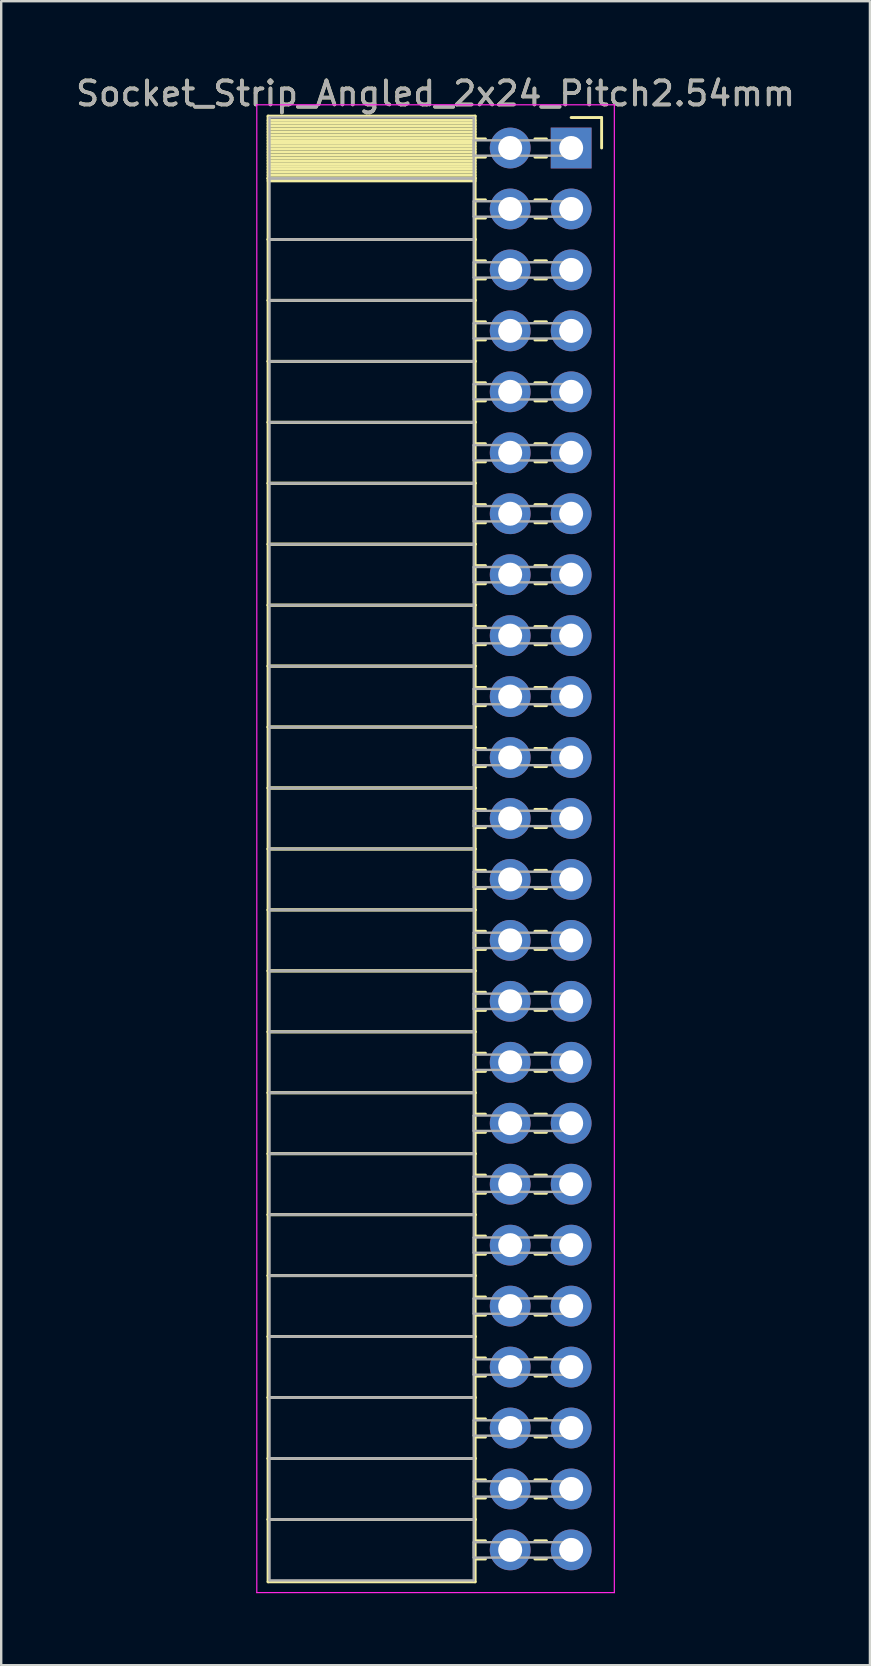
<source format=kicad_pcb>
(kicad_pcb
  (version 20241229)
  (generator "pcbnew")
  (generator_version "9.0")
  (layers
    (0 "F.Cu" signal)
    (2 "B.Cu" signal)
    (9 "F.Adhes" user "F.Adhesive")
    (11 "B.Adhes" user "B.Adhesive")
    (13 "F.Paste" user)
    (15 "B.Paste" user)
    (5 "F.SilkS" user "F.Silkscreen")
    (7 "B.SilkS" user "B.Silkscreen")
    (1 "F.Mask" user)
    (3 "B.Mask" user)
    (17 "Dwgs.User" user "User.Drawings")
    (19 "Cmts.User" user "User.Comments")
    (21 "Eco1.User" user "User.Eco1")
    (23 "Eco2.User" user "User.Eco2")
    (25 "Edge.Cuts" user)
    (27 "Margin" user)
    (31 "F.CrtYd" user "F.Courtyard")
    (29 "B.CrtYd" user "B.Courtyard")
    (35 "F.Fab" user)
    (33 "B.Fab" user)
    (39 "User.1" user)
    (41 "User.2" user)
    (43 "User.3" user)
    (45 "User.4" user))
  (footprint "Socket_Strip_Angled_2x24_Pitch2.54mm"
    (layer "F.Cu")
    (at 20.751 3.118)
    (property "Reference" "Socket_Strip_Angled_2x24_Pitch2.54mm" (at -5.65 -2.27 0) (layer "F.SilkS") (effects (font (size 1 1) (thickness 0.15))))
    (attr through_hole)
    (fp_line (start -12.63 -1.33) (end -4 -1.33) (stroke (width 0.12) (type solid)) (layer "F.SilkS"))
    (fp_line (start -12.63 1.27) (end -12.63 -1.33) (stroke (width 0.12) (type solid)) (layer "F.SilkS"))
    (fp_line (start -12.63 1.27) (end -4 1.27) (stroke (width 0.12) (type solid)) (layer "F.SilkS"))
    (fp_line (start -12.63 3.81) (end -12.63 1.27) (stroke (width 0.12) (type solid)) (layer "F.SilkS"))
    (fp_line (start -12.63 3.81) (end -4 3.81) (stroke (width 0.12) (type solid)) (layer "F.SilkS"))
    (fp_line (start -12.63 6.35) (end -12.63 3.81) (stroke (width 0.12) (type solid)) (layer "F.SilkS"))
    (fp_line (start -12.63 6.35) (end -4 6.35) (stroke (width 0.12) (type solid)) (layer "F.SilkS"))
    (fp_line (start -12.63 8.89) (end -12.63 6.35) (stroke (width 0.12) (type solid)) (layer "F.SilkS"))
    (fp_line (start -12.63 8.89) (end -4 8.89) (stroke (width 0.12) (type solid)) (layer "F.SilkS"))
    (fp_line (start -12.63 11.43) (end -12.63 8.89) (stroke (width 0.12) (type solid)) (layer "F.SilkS"))
    (fp_line (start -12.63 11.43) (end -4 11.43) (stroke (width 0.12) (type solid)) (layer "F.SilkS"))
    (fp_line (start -12.63 13.97) (end -12.63 11.43) (stroke (width 0.12) (type solid)) (layer "F.SilkS"))
    (fp_line (start -12.63 13.97) (end -4 13.97) (stroke (width 0.12) (type solid)) (layer "F.SilkS"))
    (fp_line (start -12.63 16.51) (end -12.63 13.97) (stroke (width 0.12) (type solid)) (layer "F.SilkS"))
    (fp_line (start -12.63 16.51) (end -4 16.51) (stroke (width 0.12) (type solid)) (layer "F.SilkS"))
    (fp_line (start -12.63 19.05) (end -12.63 16.51) (stroke (width 0.12) (type solid)) (layer "F.SilkS"))
    (fp_line (start -12.63 19.05) (end -4 19.05) (stroke (width 0.12) (type solid)) (layer "F.SilkS"))
    (fp_line (start -12.63 21.59) (end -12.63 19.05) (stroke (width 0.12) (type solid)) (layer "F.SilkS"))
    (fp_line (start -12.63 21.59) (end -4 21.59) (stroke (width 0.12) (type solid)) (layer "F.SilkS"))
    (fp_line (start -12.63 24.13) (end -12.63 21.59) (stroke (width 0.12) (type solid)) (layer "F.SilkS"))
    (fp_line (start -12.63 24.13) (end -4 24.13) (stroke (width 0.12) (type solid)) (layer "F.SilkS"))
    (fp_line (start -12.63 26.67) (end -12.63 24.13) (stroke (width 0.12) (type solid)) (layer "F.SilkS"))
    (fp_line (start -12.63 26.67) (end -4 26.67) (stroke (width 0.12) (type solid)) (layer "F.SilkS"))
    (fp_line (start -12.63 29.21) (end -12.63 26.67) (stroke (width 0.12) (type solid)) (layer "F.SilkS"))
    (fp_line (start -12.63 29.21) (end -4 29.21) (stroke (width 0.12) (type solid)) (layer "F.SilkS"))
    (fp_line (start -12.63 31.75) (end -12.63 29.21) (stroke (width 0.12) (type solid)) (layer "F.SilkS"))
    (fp_line (start -12.63 31.75) (end -4 31.75) (stroke (width 0.12) (type solid)) (layer "F.SilkS"))
    (fp_line (start -12.63 34.29) (end -12.63 31.75) (stroke (width 0.12) (type solid)) (layer "F.SilkS"))
    (fp_line (start -12.63 34.29) (end -4 34.29) (stroke (width 0.12) (type solid)) (layer "F.SilkS"))
    (fp_line (start -12.63 36.83) (end -12.63 34.29) (stroke (width 0.12) (type solid)) (layer "F.SilkS"))
    (fp_line (start -12.63 36.83) (end -4 36.83) (stroke (width 0.12) (type solid)) (layer "F.SilkS"))
    (fp_line (start -12.63 39.37) (end -12.63 36.83) (stroke (width 0.12) (type solid)) (layer "F.SilkS"))
    (fp_line (start -12.63 39.37) (end -4 39.37) (stroke (width 0.12) (type solid)) (layer "F.SilkS"))
    (fp_line (start -12.63 41.91) (end -12.63 39.37) (stroke (width 0.12) (type solid)) (layer "F.SilkS"))
    (fp_line (start -12.63 41.91) (end -4 41.91) (stroke (width 0.12) (type solid)) (layer "F.SilkS"))
    (fp_line (start -12.63 44.45) (end -12.63 41.91) (stroke (width 0.12) (type solid)) (layer "F.SilkS"))
    (fp_line (start -12.63 44.45) (end -4 44.45) (stroke (width 0.12) (type solid)) (layer "F.SilkS"))
    (fp_line (start -12.63 46.99) (end -12.63 44.45) (stroke (width 0.12) (type solid)) (layer "F.SilkS"))
    (fp_line (start -12.63 46.99) (end -4 46.99) (stroke (width 0.12) (type solid)) (layer "F.SilkS"))
    (fp_line (start -12.63 49.53) (end -12.63 46.99) (stroke (width 0.12) (type solid)) (layer "F.SilkS"))
    (fp_line (start -12.63 49.53) (end -4 49.53) (stroke (width 0.12) (type solid)) (layer "F.SilkS"))
    (fp_line (start -12.63 52.07) (end -12.63 49.53) (stroke (width 0.12) (type solid)) (layer "F.SilkS"))
    (fp_line (start -12.63 52.07) (end -4 52.07) (stroke (width 0.12) (type solid)) (layer "F.SilkS"))
    (fp_line (start -12.63 54.61) (end -12.63 52.07) (stroke (width 0.12) (type solid)) (layer "F.SilkS"))
    (fp_line (start -12.63 54.61) (end -4 54.61) (stroke (width 0.12) (type solid)) (layer "F.SilkS"))
    (fp_line (start -12.63 57.15) (end -12.63 54.61) (stroke (width 0.12) (type solid)) (layer "F.SilkS"))
    (fp_line (start -12.63 57.15) (end -4 57.15) (stroke (width 0.12) (type solid)) (layer "F.SilkS"))
    (fp_line (start -12.63 59.75) (end -12.63 57.15) (stroke (width 0.12) (type solid)) (layer "F.SilkS"))
    (fp_line (start -4 -1.33) (end -4 1.27) (stroke (width 0.12) (type solid)) (layer "F.SilkS"))
    (fp_line (start -4 -1.15) (end -12.63 -1.15) (stroke (width 0.12) (type solid)) (layer "F.SilkS"))
    (fp_line (start -4 -1.03) (end -12.63 -1.03) (stroke (width 0.12) (type solid)) (layer "F.SilkS"))
    (fp_line (start -4 -0.91) (end -12.63 -0.91) (stroke (width 0.12) (type solid)) (layer "F.SilkS"))
    (fp_line (start -4 -0.79) (end -12.63 -0.79) (stroke (width 0.12) (type solid)) (layer "F.SilkS"))
    (fp_line (start -4 -0.67) (end -12.63 -0.67) (stroke (width 0.12) (type solid)) (layer "F.SilkS"))
    (fp_line (start -4 -0.55) (end -12.63 -0.55) (stroke (width 0.12) (type solid)) (layer "F.SilkS"))
    (fp_line (start -4 -0.43) (end -12.63 -0.43) (stroke (width 0.12) (type solid)) (layer "F.SilkS"))
    (fp_line (start -4 -0.31) (end -12.63 -0.31) (stroke (width 0.12) (type solid)) (layer "F.SilkS"))
    (fp_line (start -4 -0.19) (end -12.63 -0.19) (stroke (width 0.12) (type solid)) (layer "F.SilkS"))
    (fp_line (start -4 -0.07) (end -12.63 -0.07) (stroke (width 0.12) (type solid)) (layer "F.SilkS"))
    (fp_line (start -4 0.05) (end -12.63 0.05) (stroke (width 0.12) (type solid)) (layer "F.SilkS"))
    (fp_line (start -4 0.17) (end -12.63 0.17) (stroke (width 0.12) (type solid)) (layer "F.SilkS"))
    (fp_line (start -4 0.29) (end -12.63 0.29) (stroke (width 0.12) (type solid)) (layer "F.SilkS"))
    (fp_line (start -4 0.41) (end -12.63 0.41) (stroke (width 0.12) (type solid)) (layer "F.SilkS"))
    (fp_line (start -4 0.53) (end -12.63 0.53) (stroke (width 0.12) (type solid)) (layer "F.SilkS"))
    (fp_line (start -4 0.65) (end -12.63 0.65) (stroke (width 0.12) (type solid)) (layer "F.SilkS"))
    (fp_line (start -4 0.77) (end -12.63 0.77) (stroke (width 0.12) (type solid)) (layer "F.SilkS"))
    (fp_line (start -4 0.89) (end -12.63 0.89) (stroke (width 0.12) (type solid)) (layer "F.SilkS"))
    (fp_line (start -4 1.01) (end -12.63 1.01) (stroke (width 0.12) (type solid)) (layer "F.SilkS"))
    (fp_line (start -4 1.13) (end -12.63 1.13) (stroke (width 0.12) (type solid)) (layer "F.SilkS"))
    (fp_line (start -4 1.25) (end -12.63 1.25) (stroke (width 0.12) (type solid)) (layer "F.SilkS"))
    (fp_line (start -4 1.27) (end -12.63 1.27) (stroke (width 0.12) (type solid)) (layer "F.SilkS"))
    (fp_line (start -4 1.27) (end -4 3.81) (stroke (width 0.12) (type solid)) (layer "F.SilkS"))
    (fp_line (start -4 1.37) (end -12.63 1.37) (stroke (width 0.12) (type solid)) (layer "F.SilkS"))
    (fp_line (start -4 3.81) (end -12.63 3.81) (stroke (width 0.12) (type solid)) (layer "F.SilkS"))
    (fp_line (start -4 3.81) (end -4 6.35) (stroke (width 0.12) (type solid)) (layer "F.SilkS"))
    (fp_line (start -4 6.35) (end -12.63 6.35) (stroke (width 0.12) (type solid)) (layer "F.SilkS"))
    (fp_line (start -4 6.35) (end -4 8.89) (stroke (width 0.12) (type solid)) (layer "F.SilkS"))
    (fp_line (start -4 8.89) (end -12.63 8.89) (stroke (width 0.12) (type solid)) (layer "F.SilkS"))
    (fp_line (start -4 8.89) (end -4 11.43) (stroke (width 0.12) (type solid)) (layer "F.SilkS"))
    (fp_line (start -4 11.43) (end -12.63 11.43) (stroke (width 0.12) (type solid)) (layer "F.SilkS"))
    (fp_line (start -4 11.43) (end -4 13.97) (stroke (width 0.12) (type solid)) (layer "F.SilkS"))
    (fp_line (start -4 13.97) (end -12.63 13.97) (stroke (width 0.12) (type solid)) (layer "F.SilkS"))
    (fp_line (start -4 13.97) (end -4 16.51) (stroke (width 0.12) (type solid)) (layer "F.SilkS"))
    (fp_line (start -4 16.51) (end -12.63 16.51) (stroke (width 0.12) (type solid)) (layer "F.SilkS"))
    (fp_line (start -4 16.51) (end -4 19.05) (stroke (width 0.12) (type solid)) (layer "F.SilkS"))
    (fp_line (start -4 19.05) (end -12.63 19.05) (stroke (width 0.12) (type solid)) (layer "F.SilkS"))
    (fp_line (start -4 19.05) (end -4 21.59) (stroke (width 0.12) (type solid)) (layer "F.SilkS"))
    (fp_line (start -4 21.59) (end -12.63 21.59) (stroke (width 0.12) (type solid)) (layer "F.SilkS"))
    (fp_line (start -4 21.59) (end -4 24.13) (stroke (width 0.12) (type solid)) (layer "F.SilkS"))
    (fp_line (start -4 24.13) (end -12.63 24.13) (stroke (width 0.12) (type solid)) (layer "F.SilkS"))
    (fp_line (start -4 24.13) (end -4 26.67) (stroke (width 0.12) (type solid)) (layer "F.SilkS"))
    (fp_line (start -4 26.67) (end -12.63 26.67) (stroke (width 0.12) (type solid)) (layer "F.SilkS"))
    (fp_line (start -4 26.67) (end -4 29.21) (stroke (width 0.12) (type solid)) (layer "F.SilkS"))
    (fp_line (start -4 29.21) (end -12.63 29.21) (stroke (width 0.12) (type solid)) (layer "F.SilkS"))
    (fp_line (start -4 29.21) (end -4 31.75) (stroke (width 0.12) (type solid)) (layer "F.SilkS"))
    (fp_line (start -4 31.75) (end -12.63 31.75) (stroke (width 0.12) (type solid)) (layer "F.SilkS"))
    (fp_line (start -4 31.75) (end -4 34.29) (stroke (width 0.12) (type solid)) (layer "F.SilkS"))
    (fp_line (start -4 34.29) (end -12.63 34.29) (stroke (width 0.12) (type solid)) (layer "F.SilkS"))
    (fp_line (start -4 34.29) (end -4 36.83) (stroke (width 0.12) (type solid)) (layer "F.SilkS"))
    (fp_line (start -4 36.83) (end -12.63 36.83) (stroke (width 0.12) (type solid)) (layer "F.SilkS"))
    (fp_line (start -4 36.83) (end -4 39.37) (stroke (width 0.12) (type solid)) (layer "F.SilkS"))
    (fp_line (start -4 39.37) (end -12.63 39.37) (stroke (width 0.12) (type solid)) (layer "F.SilkS"))
    (fp_line (start -4 39.37) (end -4 41.91) (stroke (width 0.12) (type solid)) (layer "F.SilkS"))
    (fp_line (start -4 41.91) (end -12.63 41.91) (stroke (width 0.12) (type solid)) (layer "F.SilkS"))
    (fp_line (start -4 41.91) (end -4 44.45) (stroke (width 0.12) (type solid)) (layer "F.SilkS"))
    (fp_line (start -4 44.45) (end -12.63 44.45) (stroke (width 0.12) (type solid)) (layer "F.SilkS"))
    (fp_line (start -4 44.45) (end -4 46.99) (stroke (width 0.12) (type solid)) (layer "F.SilkS"))
    (fp_line (start -4 46.99) (end -12.63 46.99) (stroke (width 0.12) (type solid)) (layer "F.SilkS"))
    (fp_line (start -4 46.99) (end -4 49.53) (stroke (width 0.12) (type solid)) (layer "F.SilkS"))
    (fp_line (start -4 49.53) (end -12.63 49.53) (stroke (width 0.12) (type solid)) (layer "F.SilkS"))
    (fp_line (start -4 49.53) (end -4 52.07) (stroke (width 0.12) (type solid)) (layer "F.SilkS"))
    (fp_line (start -4 52.07) (end -12.63 52.07) (stroke (width 0.12) (type solid)) (layer "F.SilkS"))
    (fp_line (start -4 52.07) (end -4 54.61) (stroke (width 0.12) (type solid)) (layer "F.SilkS"))
    (fp_line (start -4 54.61) (end -12.63 54.61) (stroke (width 0.12) (type solid)) (layer "F.SilkS"))
    (fp_line (start -4 54.61) (end -4 57.15) (stroke (width 0.12) (type solid)) (layer "F.SilkS"))
    (fp_line (start -4 57.15) (end -12.63 57.15) (stroke (width 0.12) (type solid)) (layer "F.SilkS"))
    (fp_line (start -4 57.15) (end -4 59.75) (stroke (width 0.12) (type solid)) (layer "F.SilkS"))
    (fp_line (start -4 59.75) (end -12.63 59.75) (stroke (width 0.12) (type solid)) (layer "F.SilkS"))
    (fp_line (start -3.57 -0.38) (end -4 -0.38) (stroke (width 0.12) (type solid)) (layer "F.SilkS"))
    (fp_line (start -3.57 0.38) (end -4 0.38) (stroke (width 0.12) (type solid)) (layer "F.SilkS"))
    (fp_line (start -3.57 2.16) (end -4 2.16) (stroke (width 0.12) (type solid)) (layer "F.SilkS"))
    (fp_line (start -3.57 2.92) (end -4 2.92) (stroke (width 0.12) (type solid)) (layer "F.SilkS"))
    (fp_line (start -3.57 4.7) (end -4 4.7) (stroke (width 0.12) (type solid)) (layer "F.SilkS"))
    (fp_line (start -3.57 5.46) (end -4 5.46) (stroke (width 0.12) (type solid)) (layer "F.SilkS"))
    (fp_line (start -3.57 7.24) (end -4 7.24) (stroke (width 0.12) (type solid)) (layer "F.SilkS"))
    (fp_line (start -3.57 8) (end -4 8) (stroke (width 0.12) (type solid)) (layer "F.SilkS"))
    (fp_line (start -3.57 9.78) (end -4 9.78) (stroke (width 0.12) (type solid)) (layer "F.SilkS"))
    (fp_line (start -3.57 10.54) (end -4 10.54) (stroke (width 0.12) (type solid)) (layer "F.SilkS"))
    (fp_line (start -3.57 12.32) (end -4 12.32) (stroke (width 0.12) (type solid)) (layer "F.SilkS"))
    (fp_line (start -3.57 13.08) (end -4 13.08) (stroke (width 0.12) (type solid)) (layer "F.SilkS"))
    (fp_line (start -3.57 14.86) (end -4 14.86) (stroke (width 0.12) (type solid)) (layer "F.SilkS"))
    (fp_line (start -3.57 15.62) (end -4 15.62) (stroke (width 0.12) (type solid)) (layer "F.SilkS"))
    (fp_line (start -3.57 17.4) (end -4 17.4) (stroke (width 0.12) (type solid)) (layer "F.SilkS"))
    (fp_line (start -3.57 18.16) (end -4 18.16) (stroke (width 0.12) (type solid)) (layer "F.SilkS"))
    (fp_line (start -3.57 19.94) (end -4 19.94) (stroke (width 0.12) (type solid)) (layer "F.SilkS"))
    (fp_line (start -3.57 20.7) (end -4 20.7) (stroke (width 0.12) (type solid)) (layer "F.SilkS"))
    (fp_line (start -3.57 22.48) (end -4 22.48) (stroke (width 0.12) (type solid)) (layer "F.SilkS"))
    (fp_line (start -3.57 23.24) (end -4 23.24) (stroke (width 0.12) (type solid)) (layer "F.SilkS"))
    (fp_line (start -3.57 25.02) (end -4 25.02) (stroke (width 0.12) (type solid)) (layer "F.SilkS"))
    (fp_line (start -3.57 25.78) (end -4 25.78) (stroke (width 0.12) (type solid)) (layer "F.SilkS"))
    (fp_line (start -3.57 27.56) (end -4 27.56) (stroke (width 0.12) (type solid)) (layer "F.SilkS"))
    (fp_line (start -3.57 28.32) (end -4 28.32) (stroke (width 0.12) (type solid)) (layer "F.SilkS"))
    (fp_line (start -3.57 30.1) (end -4 30.1) (stroke (width 0.12) (type solid)) (layer "F.SilkS"))
    (fp_line (start -3.57 30.86) (end -4 30.86) (stroke (width 0.12) (type solid)) (layer "F.SilkS"))
    (fp_line (start -3.57 32.64) (end -4 32.64) (stroke (width 0.12) (type solid)) (layer "F.SilkS"))
    (fp_line (start -3.57 33.4) (end -4 33.4) (stroke (width 0.12) (type solid)) (layer "F.SilkS"))
    (fp_line (start -3.57 35.18) (end -4 35.18) (stroke (width 0.12) (type solid)) (layer "F.SilkS"))
    (fp_line (start -3.57 35.94) (end -4 35.94) (stroke (width 0.12) (type solid)) (layer "F.SilkS"))
    (fp_line (start -3.57 37.72) (end -4 37.72) (stroke (width 0.12) (type solid)) (layer "F.SilkS"))
    (fp_line (start -3.57 38.48) (end -4 38.48) (stroke (width 0.12) (type solid)) (layer "F.SilkS"))
    (fp_line (start -3.57 40.26) (end -4 40.26) (stroke (width 0.12) (type solid)) (layer "F.SilkS"))
    (fp_line (start -3.57 41.02) (end -4 41.02) (stroke (width 0.12) (type solid)) (layer "F.SilkS"))
    (fp_line (start -3.57 42.8) (end -4 42.8) (stroke (width 0.12) (type solid)) (layer "F.SilkS"))
    (fp_line (start -3.57 43.56) (end -4 43.56) (stroke (width 0.12) (type solid)) (layer "F.SilkS"))
    (fp_line (start -3.57 45.34) (end -4 45.34) (stroke (width 0.12) (type solid)) (layer "F.SilkS"))
    (fp_line (start -3.57 46.1) (end -4 46.1) (stroke (width 0.12) (type solid)) (layer "F.SilkS"))
    (fp_line (start -3.57 47.88) (end -4 47.88) (stroke (width 0.12) (type solid)) (layer "F.SilkS"))
    (fp_line (start -3.57 48.64) (end -4 48.64) (stroke (width 0.12) (type solid)) (layer "F.SilkS"))
    (fp_line (start -3.57 50.42) (end -4 50.42) (stroke (width 0.12) (type solid)) (layer "F.SilkS"))
    (fp_line (start -3.57 51.18) (end -4 51.18) (stroke (width 0.12) (type solid)) (layer "F.SilkS"))
    (fp_line (start -3.57 52.96) (end -4 52.96) (stroke (width 0.12) (type solid)) (layer "F.SilkS"))
    (fp_line (start -3.57 53.72) (end -4 53.72) (stroke (width 0.12) (type solid)) (layer "F.SilkS"))
    (fp_line (start -3.57 55.5) (end -4 55.5) (stroke (width 0.12) (type solid)) (layer "F.SilkS"))
    (fp_line (start -3.57 56.26) (end -4 56.26) (stroke (width 0.12) (type solid)) (layer "F.SilkS"))
    (fp_line (start -3.57 58.04) (end -4 58.04) (stroke (width 0.12) (type solid)) (layer "F.SilkS"))
    (fp_line (start -3.57 58.8) (end -4 58.8) (stroke (width 0.12) (type solid)) (layer "F.SilkS"))
    (fp_line (start -1.03 -0.38) (end -1.51 -0.38) (stroke (width 0.12) (type solid)) (layer "F.SilkS"))
    (fp_line (start -1.03 0.38) (end -1.51 0.38) (stroke (width 0.12) (type solid)) (layer "F.SilkS"))
    (fp_line (start -1.03 2.16) (end -1.51 2.16) (stroke (width 0.12) (type solid)) (layer "F.SilkS"))
    (fp_line (start -1.03 2.92) (end -1.51 2.92) (stroke (width 0.12) (type solid)) (layer "F.SilkS"))
    (fp_line (start -1.03 4.7) (end -1.51 4.7) (stroke (width 0.12) (type solid)) (layer "F.SilkS"))
    (fp_line (start -1.03 5.46) (end -1.51 5.46) (stroke (width 0.12) (type solid)) (layer "F.SilkS"))
    (fp_line (start -1.03 7.24) (end -1.51 7.24) (stroke (width 0.12) (type solid)) (layer "F.SilkS"))
    (fp_line (start -1.03 8) (end -1.51 8) (stroke (width 0.12) (type solid)) (layer "F.SilkS"))
    (fp_line (start -1.03 9.78) (end -1.51 9.78) (stroke (width 0.12) (type solid)) (layer "F.SilkS"))
    (fp_line (start -1.03 10.54) (end -1.51 10.54) (stroke (width 0.12) (type solid)) (layer "F.SilkS"))
    (fp_line (start -1.03 12.32) (end -1.51 12.32) (stroke (width 0.12) (type solid)) (layer "F.SilkS"))
    (fp_line (start -1.03 13.08) (end -1.51 13.08) (stroke (width 0.12) (type solid)) (layer "F.SilkS"))
    (fp_line (start -1.03 14.86) (end -1.51 14.86) (stroke (width 0.12) (type solid)) (layer "F.SilkS"))
    (fp_line (start -1.03 15.62) (end -1.51 15.62) (stroke (width 0.12) (type solid)) (layer "F.SilkS"))
    (fp_line (start -1.03 17.4) (end -1.51 17.4) (stroke (width 0.12) (type solid)) (layer "F.SilkS"))
    (fp_line (start -1.03 18.16) (end -1.51 18.16) (stroke (width 0.12) (type solid)) (layer "F.SilkS"))
    (fp_line (start -1.03 19.94) (end -1.51 19.94) (stroke (width 0.12) (type solid)) (layer "F.SilkS"))
    (fp_line (start -1.03 20.7) (end -1.51 20.7) (stroke (width 0.12) (type solid)) (layer "F.SilkS"))
    (fp_line (start -1.03 22.48) (end -1.51 22.48) (stroke (width 0.12) (type solid)) (layer "F.SilkS"))
    (fp_line (start -1.03 23.24) (end -1.51 23.24) (stroke (width 0.12) (type solid)) (layer "F.SilkS"))
    (fp_line (start -1.03 25.02) (end -1.51 25.02) (stroke (width 0.12) (type solid)) (layer "F.SilkS"))
    (fp_line (start -1.03 25.78) (end -1.51 25.78) (stroke (width 0.12) (type solid)) (layer "F.SilkS"))
    (fp_line (start -1.03 27.56) (end -1.51 27.56) (stroke (width 0.12) (type solid)) (layer "F.SilkS"))
    (fp_line (start -1.03 28.32) (end -1.51 28.32) (stroke (width 0.12) (type solid)) (layer "F.SilkS"))
    (fp_line (start -1.03 30.1) (end -1.51 30.1) (stroke (width 0.12) (type solid)) (layer "F.SilkS"))
    (fp_line (start -1.03 30.86) (end -1.51 30.86) (stroke (width 0.12) (type solid)) (layer "F.SilkS"))
    (fp_line (start -1.03 32.64) (end -1.51 32.64) (stroke (width 0.12) (type solid)) (layer "F.SilkS"))
    (fp_line (start -1.03 33.4) (end -1.51 33.4) (stroke (width 0.12) (type solid)) (layer "F.SilkS"))
    (fp_line (start -1.03 35.18) (end -1.51 35.18) (stroke (width 0.12) (type solid)) (layer "F.SilkS"))
    (fp_line (start -1.03 35.94) (end -1.51 35.94) (stroke (width 0.12) (type solid)) (layer "F.SilkS"))
    (fp_line (start -1.03 37.72) (end -1.51 37.72) (stroke (width 0.12) (type solid)) (layer "F.SilkS"))
    (fp_line (start -1.03 38.48) (end -1.51 38.48) (stroke (width 0.12) (type solid)) (layer "F.SilkS"))
    (fp_line (start -1.03 40.26) (end -1.51 40.26) (stroke (width 0.12) (type solid)) (layer "F.SilkS"))
    (fp_line (start -1.03 41.02) (end -1.51 41.02) (stroke (width 0.12) (type solid)) (layer "F.SilkS"))
    (fp_line (start -1.03 42.8) (end -1.51 42.8) (stroke (width 0.12) (type solid)) (layer "F.SilkS"))
    (fp_line (start -1.03 43.56) (end -1.51 43.56) (stroke (width 0.12) (type solid)) (layer "F.SilkS"))
    (fp_line (start -1.03 45.34) (end -1.51 45.34) (stroke (width 0.12) (type solid)) (layer "F.SilkS"))
    (fp_line (start -1.03 46.1) (end -1.51 46.1) (stroke (width 0.12) (type solid)) (layer "F.SilkS"))
    (fp_line (start -1.03 47.88) (end -1.51 47.88) (stroke (width 0.12) (type solid)) (layer "F.SilkS"))
    (fp_line (start -1.03 48.64) (end -1.51 48.64) (stroke (width 0.12) (type solid)) (layer "F.SilkS"))
    (fp_line (start -1.03 50.42) (end -1.51 50.42) (stroke (width 0.12) (type solid)) (layer "F.SilkS"))
    (fp_line (start -1.03 51.18) (end -1.51 51.18) (stroke (width 0.12) (type solid)) (layer "F.SilkS"))
    (fp_line (start -1.03 52.96) (end -1.51 52.96) (stroke (width 0.12) (type solid)) (layer "F.SilkS"))
    (fp_line (start -1.03 53.72) (end -1.51 53.72) (stroke (width 0.12) (type solid)) (layer "F.SilkS"))
    (fp_line (start -1.03 55.5) (end -1.51 55.5) (stroke (width 0.12) (type solid)) (layer "F.SilkS"))
    (fp_line (start -1.03 56.26) (end -1.51 56.26) (stroke (width 0.12) (type solid)) (layer "F.SilkS"))
    (fp_line (start -1.03 58.04) (end -1.51 58.04) (stroke (width 0.12) (type solid)) (layer "F.SilkS"))
    (fp_line (start -1.03 58.8) (end -1.51 58.8) (stroke (width 0.12) (type solid)) (layer "F.SilkS"))
    (fp_line (start 0 -1.27) (end 1.27 -1.27) (stroke (width 0.12) (type solid)) (layer "F.SilkS"))
    (fp_line (start 1.27 -1.27) (end 1.27 0) (stroke (width 0.12) (type solid)) (layer "F.SilkS"))
    (fp_line (start -13.1 -1.8) (end 1.8 -1.8) (stroke (width 0.05) (type solid)) (layer "F.CrtYd"))
    (fp_line (start -13.1 60.2) (end -13.1 -1.8) (stroke (width 0.05) (type solid)) (layer "F.CrtYd"))
    (fp_line (start 1.8 -1.8) (end 1.8 60.2) (stroke (width 0.05) (type solid)) (layer "F.CrtYd"))
    (fp_line (start 1.8 60.2) (end -13.1 60.2) (stroke (width 0.05) (type solid)) (layer "F.CrtYd"))
    (fp_line (start -12.57 -1.27) (end -4.06 -1.27) (stroke (width 0.1) (type solid)) (layer "F.Fab"))
    (fp_line (start -12.57 1.27) (end -12.57 -1.27) (stroke (width 0.1) (type solid)) (layer "F.Fab"))
    (fp_line (start -12.57 1.27) (end -4.06 1.27) (stroke (width 0.1) (type solid)) (layer "F.Fab"))
    (fp_line (start -12.57 3.81) (end -12.57 1.27) (stroke (width 0.1) (type solid)) (layer "F.Fab"))
    (fp_line (start -12.57 3.81) (end -4.06 3.81) (stroke (width 0.1) (type solid)) (layer "F.Fab"))
    (fp_line (start -12.57 6.35) (end -12.57 3.81) (stroke (width 0.1) (type solid)) (layer "F.Fab"))
    (fp_line (start -12.57 6.35) (end -4.06 6.35) (stroke (width 0.1) (type solid)) (layer "F.Fab"))
    (fp_line (start -12.57 8.89) (end -12.57 6.35) (stroke (width 0.1) (type solid)) (layer "F.Fab"))
    (fp_line (start -12.57 8.89) (end -4.06 8.89) (stroke (width 0.1) (type solid)) (layer "F.Fab"))
    (fp_line (start -12.57 11.43) (end -12.57 8.89) (stroke (width 0.1) (type solid)) (layer "F.Fab"))
    (fp_line (start -12.57 11.43) (end -4.06 11.43) (stroke (width 0.1) (type solid)) (layer "F.Fab"))
    (fp_line (start -12.57 13.97) (end -12.57 11.43) (stroke (width 0.1) (type solid)) (layer "F.Fab"))
    (fp_line (start -12.57 13.97) (end -4.06 13.97) (stroke (width 0.1) (type solid)) (layer "F.Fab"))
    (fp_line (start -12.57 16.51) (end -12.57 13.97) (stroke (width 0.1) (type solid)) (layer "F.Fab"))
    (fp_line (start -12.57 16.51) (end -4.06 16.51) (stroke (width 0.1) (type solid)) (layer "F.Fab"))
    (fp_line (start -12.57 19.05) (end -12.57 16.51) (stroke (width 0.1) (type solid)) (layer "F.Fab"))
    (fp_line (start -12.57 19.05) (end -4.06 19.05) (stroke (width 0.1) (type solid)) (layer "F.Fab"))
    (fp_line (start -12.57 21.59) (end -12.57 19.05) (stroke (width 0.1) (type solid)) (layer "F.Fab"))
    (fp_line (start -12.57 21.59) (end -4.06 21.59) (stroke (width 0.1) (type solid)) (layer "F.Fab"))
    (fp_line (start -12.57 24.13) (end -12.57 21.59) (stroke (width 0.1) (type solid)) (layer "F.Fab"))
    (fp_line (start -12.57 24.13) (end -4.06 24.13) (stroke (width 0.1) (type solid)) (layer "F.Fab"))
    (fp_line (start -12.57 26.67) (end -12.57 24.13) (stroke (width 0.1) (type solid)) (layer "F.Fab"))
    (fp_line (start -12.57 26.67) (end -4.06 26.67) (stroke (width 0.1) (type solid)) (layer "F.Fab"))
    (fp_line (start -12.57 29.21) (end -12.57 26.67) (stroke (width 0.1) (type solid)) (layer "F.Fab"))
    (fp_line (start -12.57 29.21) (end -4.06 29.21) (stroke (width 0.1) (type solid)) (layer "F.Fab"))
    (fp_line (start -12.57 31.75) (end -12.57 29.21) (stroke (width 0.1) (type solid)) (layer "F.Fab"))
    (fp_line (start -12.57 31.75) (end -4.06 31.75) (stroke (width 0.1) (type solid)) (layer "F.Fab"))
    (fp_line (start -12.57 34.29) (end -12.57 31.75) (stroke (width 0.1) (type solid)) (layer "F.Fab"))
    (fp_line (start -12.57 34.29) (end -4.06 34.29) (stroke (width 0.1) (type solid)) (layer "F.Fab"))
    (fp_line (start -12.57 36.83) (end -12.57 34.29) (stroke (width 0.1) (type solid)) (layer "F.Fab"))
    (fp_line (start -12.57 36.83) (end -4.06 36.83) (stroke (width 0.1) (type solid)) (layer "F.Fab"))
    (fp_line (start -12.57 39.37) (end -12.57 36.83) (stroke (width 0.1) (type solid)) (layer "F.Fab"))
    (fp_line (start -12.57 39.37) (end -4.06 39.37) (stroke (width 0.1) (type solid)) (layer "F.Fab"))
    (fp_line (start -12.57 41.91) (end -12.57 39.37) (stroke (width 0.1) (type solid)) (layer "F.Fab"))
    (fp_line (start -12.57 41.91) (end -4.06 41.91) (stroke (width 0.1) (type solid)) (layer "F.Fab"))
    (fp_line (start -12.57 44.45) (end -12.57 41.91) (stroke (width 0.1) (type solid)) (layer "F.Fab"))
    (fp_line (start -12.57 44.45) (end -4.06 44.45) (stroke (width 0.1) (type solid)) (layer "F.Fab"))
    (fp_line (start -12.57 46.99) (end -12.57 44.45) (stroke (width 0.1) (type solid)) (layer "F.Fab"))
    (fp_line (start -12.57 46.99) (end -4.06 46.99) (stroke (width 0.1) (type solid)) (layer "F.Fab"))
    (fp_line (start -12.57 49.53) (end -12.57 46.99) (stroke (width 0.1) (type solid)) (layer "F.Fab"))
    (fp_line (start -12.57 49.53) (end -4.06 49.53) (stroke (width 0.1) (type solid)) (layer "F.Fab"))
    (fp_line (start -12.57 52.07) (end -12.57 49.53) (stroke (width 0.1) (type solid)) (layer "F.Fab"))
    (fp_line (start -12.57 52.07) (end -4.06 52.07) (stroke (width 0.1) (type solid)) (layer "F.Fab"))
    (fp_line (start -12.57 54.61) (end -12.57 52.07) (stroke (width 0.1) (type solid)) (layer "F.Fab"))
    (fp_line (start -12.57 54.61) (end -4.06 54.61) (stroke (width 0.1) (type solid)) (layer "F.Fab"))
    (fp_line (start -12.57 57.15) (end -12.57 54.61) (stroke (width 0.1) (type solid)) (layer "F.Fab"))
    (fp_line (start -12.57 57.15) (end -4.06 57.15) (stroke (width 0.1) (type solid)) (layer "F.Fab"))
    (fp_line (start -12.57 59.69) (end -12.57 57.15) (stroke (width 0.1) (type solid)) (layer "F.Fab"))
    (fp_line (start -4.06 -1.27) (end -4.06 1.27) (stroke (width 0.1) (type solid)) (layer "F.Fab"))
    (fp_line (start -4.06 -0.32) (end 0 -0.32) (stroke (width 0.1) (type solid)) (layer "F.Fab"))
    (fp_line (start -4.06 0.32) (end -4.06 -0.32) (stroke (width 0.1) (type solid)) (layer "F.Fab"))
    (fp_line (start -4.06 1.27) (end -12.57 1.27) (stroke (width 0.1) (type solid)) (layer "F.Fab"))
    (fp_line (start -4.06 1.27) (end -4.06 3.81) (stroke (width 0.1) (type solid)) (layer "F.Fab"))
    (fp_line (start -4.06 2.22) (end 0 2.22) (stroke (width 0.1) (type solid)) (layer "F.Fab"))
    (fp_line (start -4.06 2.86) (end -4.06 2.22) (stroke (width 0.1) (type solid)) (layer "F.Fab"))
    (fp_line (start -4.06 3.81) (end -12.57 3.81) (stroke (width 0.1) (type solid)) (layer "F.Fab"))
    (fp_line (start -4.06 3.81) (end -4.06 6.35) (stroke (width 0.1) (type solid)) (layer "F.Fab"))
    (fp_line (start -4.06 4.76) (end 0 4.76) (stroke (width 0.1) (type solid)) (layer "F.Fab"))
    (fp_line (start -4.06 5.4) (end -4.06 4.76) (stroke (width 0.1) (type solid)) (layer "F.Fab"))
    (fp_line (start -4.06 6.35) (end -12.57 6.35) (stroke (width 0.1) (type solid)) (layer "F.Fab"))
    (fp_line (start -4.06 6.35) (end -4.06 8.89) (stroke (width 0.1) (type solid)) (layer "F.Fab"))
    (fp_line (start -4.06 7.3) (end 0 7.3) (stroke (width 0.1) (type solid)) (layer "F.Fab"))
    (fp_line (start -4.06 7.94) (end -4.06 7.3) (stroke (width 0.1) (type solid)) (layer "F.Fab"))
    (fp_line (start -4.06 8.89) (end -12.57 8.89) (stroke (width 0.1) (type solid)) (layer "F.Fab"))
    (fp_line (start -4.06 8.89) (end -4.06 11.43) (stroke (width 0.1) (type solid)) (layer "F.Fab"))
    (fp_line (start -4.06 9.84) (end 0 9.84) (stroke (width 0.1) (type solid)) (layer "F.Fab"))
    (fp_line (start -4.06 10.48) (end -4.06 9.84) (stroke (width 0.1) (type solid)) (layer "F.Fab"))
    (fp_line (start -4.06 11.43) (end -12.57 11.43) (stroke (width 0.1) (type solid)) (layer "F.Fab"))
    (fp_line (start -4.06 11.43) (end -4.06 13.97) (stroke (width 0.1) (type solid)) (layer "F.Fab"))
    (fp_line (start -4.06 12.38) (end 0 12.38) (stroke (width 0.1) (type solid)) (layer "F.Fab"))
    (fp_line (start -4.06 13.02) (end -4.06 12.38) (stroke (width 0.1) (type solid)) (layer "F.Fab"))
    (fp_line (start -4.06 13.97) (end -12.57 13.97) (stroke (width 0.1) (type solid)) (layer "F.Fab"))
    (fp_line (start -4.06 13.97) (end -4.06 16.51) (stroke (width 0.1) (type solid)) (layer "F.Fab"))
    (fp_line (start -4.06 14.92) (end 0 14.92) (stroke (width 0.1) (type solid)) (layer "F.Fab"))
    (fp_line (start -4.06 15.56) (end -4.06 14.92) (stroke (width 0.1) (type solid)) (layer "F.Fab"))
    (fp_line (start -4.06 16.51) (end -12.57 16.51) (stroke (width 0.1) (type solid)) (layer "F.Fab"))
    (fp_line (start -4.06 16.51) (end -4.06 19.05) (stroke (width 0.1) (type solid)) (layer "F.Fab"))
    (fp_line (start -4.06 17.46) (end 0 17.46) (stroke (width 0.1) (type solid)) (layer "F.Fab"))
    (fp_line (start -4.06 18.1) (end -4.06 17.46) (stroke (width 0.1) (type solid)) (layer "F.Fab"))
    (fp_line (start -4.06 19.05) (end -12.57 19.05) (stroke (width 0.1) (type solid)) (layer "F.Fab"))
    (fp_line (start -4.06 19.05) (end -4.06 21.59) (stroke (width 0.1) (type solid)) (layer "F.Fab"))
    (fp_line (start -4.06 20) (end 0 20) (stroke (width 0.1) (type solid)) (layer "F.Fab"))
    (fp_line (start -4.06 20.64) (end -4.06 20) (stroke (width 0.1) (type solid)) (layer "F.Fab"))
    (fp_line (start -4.06 21.59) (end -12.57 21.59) (stroke (width 0.1) (type solid)) (layer "F.Fab"))
    (fp_line (start -4.06 21.59) (end -4.06 24.13) (stroke (width 0.1) (type solid)) (layer "F.Fab"))
    (fp_line (start -4.06 22.54) (end 0 22.54) (stroke (width 0.1) (type solid)) (layer "F.Fab"))
    (fp_line (start -4.06 23.18) (end -4.06 22.54) (stroke (width 0.1) (type solid)) (layer "F.Fab"))
    (fp_line (start -4.06 24.13) (end -12.57 24.13) (stroke (width 0.1) (type solid)) (layer "F.Fab"))
    (fp_line (start -4.06 24.13) (end -4.06 26.67) (stroke (width 0.1) (type solid)) (layer "F.Fab"))
    (fp_line (start -4.06 25.08) (end 0 25.08) (stroke (width 0.1) (type solid)) (layer "F.Fab"))
    (fp_line (start -4.06 25.72) (end -4.06 25.08) (stroke (width 0.1) (type solid)) (layer "F.Fab"))
    (fp_line (start -4.06 26.67) (end -12.57 26.67) (stroke (width 0.1) (type solid)) (layer "F.Fab"))
    (fp_line (start -4.06 26.67) (end -4.06 29.21) (stroke (width 0.1) (type solid)) (layer "F.Fab"))
    (fp_line (start -4.06 27.62) (end 0 27.62) (stroke (width 0.1) (type solid)) (layer "F.Fab"))
    (fp_line (start -4.06 28.26) (end -4.06 27.62) (stroke (width 0.1) (type solid)) (layer "F.Fab"))
    (fp_line (start -4.06 29.21) (end -12.57 29.21) (stroke (width 0.1) (type solid)) (layer "F.Fab"))
    (fp_line (start -4.06 29.21) (end -4.06 31.75) (stroke (width 0.1) (type solid)) (layer "F.Fab"))
    (fp_line (start -4.06 30.16) (end 0 30.16) (stroke (width 0.1) (type solid)) (layer "F.Fab"))
    (fp_line (start -4.06 30.8) (end -4.06 30.16) (stroke (width 0.1) (type solid)) (layer "F.Fab"))
    (fp_line (start -4.06 31.75) (end -12.57 31.75) (stroke (width 0.1) (type solid)) (layer "F.Fab"))
    (fp_line (start -4.06 31.75) (end -4.06 34.29) (stroke (width 0.1) (type solid)) (layer "F.Fab"))
    (fp_line (start -4.06 32.7) (end 0 32.7) (stroke (width 0.1) (type solid)) (layer "F.Fab"))
    (fp_line (start -4.06 33.34) (end -4.06 32.7) (stroke (width 0.1) (type solid)) (layer "F.Fab"))
    (fp_line (start -4.06 34.29) (end -12.57 34.29) (stroke (width 0.1) (type solid)) (layer "F.Fab"))
    (fp_line (start -4.06 34.29) (end -4.06 36.83) (stroke (width 0.1) (type solid)) (layer "F.Fab"))
    (fp_line (start -4.06 35.24) (end 0 35.24) (stroke (width 0.1) (type solid)) (layer "F.Fab"))
    (fp_line (start -4.06 35.88) (end -4.06 35.24) (stroke (width 0.1) (type solid)) (layer "F.Fab"))
    (fp_line (start -4.06 36.83) (end -12.57 36.83) (stroke (width 0.1) (type solid)) (layer "F.Fab"))
    (fp_line (start -4.06 36.83) (end -4.06 39.37) (stroke (width 0.1) (type solid)) (layer "F.Fab"))
    (fp_line (start -4.06 37.78) (end 0 37.78) (stroke (width 0.1) (type solid)) (layer "F.Fab"))
    (fp_line (start -4.06 38.42) (end -4.06 37.78) (stroke (width 0.1) (type solid)) (layer "F.Fab"))
    (fp_line (start -4.06 39.37) (end -12.57 39.37) (stroke (width 0.1) (type solid)) (layer "F.Fab"))
    (fp_line (start -4.06 39.37) (end -4.06 41.91) (stroke (width 0.1) (type solid)) (layer "F.Fab"))
    (fp_line (start -4.06 40.32) (end 0 40.32) (stroke (width 0.1) (type solid)) (layer "F.Fab"))
    (fp_line (start -4.06 40.96) (end -4.06 40.32) (stroke (width 0.1) (type solid)) (layer "F.Fab"))
    (fp_line (start -4.06 41.91) (end -12.57 41.91) (stroke (width 0.1) (type solid)) (layer "F.Fab"))
    (fp_line (start -4.06 41.91) (end -4.06 44.45) (stroke (width 0.1) (type solid)) (layer "F.Fab"))
    (fp_line (start -4.06 42.86) (end 0 42.86) (stroke (width 0.1) (type solid)) (layer "F.Fab"))
    (fp_line (start -4.06 43.5) (end -4.06 42.86) (stroke (width 0.1) (type solid)) (layer "F.Fab"))
    (fp_line (start -4.06 44.45) (end -12.57 44.45) (stroke (width 0.1) (type solid)) (layer "F.Fab"))
    (fp_line (start -4.06 44.45) (end -4.06 46.99) (stroke (width 0.1) (type solid)) (layer "F.Fab"))
    (fp_line (start -4.06 45.4) (end 0 45.4) (stroke (width 0.1) (type solid)) (layer "F.Fab"))
    (fp_line (start -4.06 46.04) (end -4.06 45.4) (stroke (width 0.1) (type solid)) (layer "F.Fab"))
    (fp_line (start -4.06 46.99) (end -12.57 46.99) (stroke (width 0.1) (type solid)) (layer "F.Fab"))
    (fp_line (start -4.06 46.99) (end -4.06 49.53) (stroke (width 0.1) (type solid)) (layer "F.Fab"))
    (fp_line (start -4.06 47.94) (end 0 47.94) (stroke (width 0.1) (type solid)) (layer "F.Fab"))
    (fp_line (start -4.06 48.58) (end -4.06 47.94) (stroke (width 0.1) (type solid)) (layer "F.Fab"))
    (fp_line (start -4.06 49.53) (end -12.57 49.53) (stroke (width 0.1) (type solid)) (layer "F.Fab"))
    (fp_line (start -4.06 49.53) (end -4.06 52.07) (stroke (width 0.1) (type solid)) (layer "F.Fab"))
    (fp_line (start -4.06 50.48) (end 0 50.48) (stroke (width 0.1) (type solid)) (layer "F.Fab"))
    (fp_line (start -4.06 51.12) (end -4.06 50.48) (stroke (width 0.1) (type solid)) (layer "F.Fab"))
    (fp_line (start -4.06 52.07) (end -12.57 52.07) (stroke (width 0.1) (type solid)) (layer "F.Fab"))
    (fp_line (start -4.06 52.07) (end -4.06 54.61) (stroke (width 0.1) (type solid)) (layer "F.Fab"))
    (fp_line (start -4.06 53.02) (end 0 53.02) (stroke (width 0.1) (type solid)) (layer "F.Fab"))
    (fp_line (start -4.06 53.66) (end -4.06 53.02) (stroke (width 0.1) (type solid)) (layer "F.Fab"))
    (fp_line (start -4.06 54.61) (end -12.57 54.61) (stroke (width 0.1) (type solid)) (layer "F.Fab"))
    (fp_line (start -4.06 54.61) (end -4.06 57.15) (stroke (width 0.1) (type solid)) (layer "F.Fab"))
    (fp_line (start -4.06 55.56) (end 0 55.56) (stroke (width 0.1) (type solid)) (layer "F.Fab"))
    (fp_line (start -4.06 56.2) (end -4.06 55.56) (stroke (width 0.1) (type solid)) (layer "F.Fab"))
    (fp_line (start -4.06 57.15) (end -12.57 57.15) (stroke (width 0.1) (type solid)) (layer "F.Fab"))
    (fp_line (start -4.06 57.15) (end -4.06 59.69) (stroke (width 0.1) (type solid)) (layer "F.Fab"))
    (fp_line (start -4.06 58.1) (end 0 58.1) (stroke (width 0.1) (type solid)) (layer "F.Fab"))
    (fp_line (start -4.06 58.74) (end -4.06 58.1) (stroke (width 0.1) (type solid)) (layer "F.Fab"))
    (fp_line (start -4.06 59.69) (end -12.57 59.69) (stroke (width 0.1) (type solid)) (layer "F.Fab"))
    (fp_line (start 0 -0.32) (end 0 0.32) (stroke (width 0.1) (type solid)) (layer "F.Fab"))
    (fp_line (start 0 0.32) (end -4.06 0.32) (stroke (width 0.1) (type solid)) (layer "F.Fab"))
    (fp_line (start 0 2.22) (end 0 2.86) (stroke (width 0.1) (type solid)) (layer "F.Fab"))
    (fp_line (start 0 2.86) (end -4.06 2.86) (stroke (width 0.1) (type solid)) (layer "F.Fab"))
    (fp_line (start 0 4.76) (end 0 5.4) (stroke (width 0.1) (type solid)) (layer "F.Fab"))
    (fp_line (start 0 5.4) (end -4.06 5.4) (stroke (width 0.1) (type solid)) (layer "F.Fab"))
    (fp_line (start 0 7.3) (end 0 7.94) (stroke (width 0.1) (type solid)) (layer "F.Fab"))
    (fp_line (start 0 7.94) (end -4.06 7.94) (stroke (width 0.1) (type solid)) (layer "F.Fab"))
    (fp_line (start 0 9.84) (end 0 10.48) (stroke (width 0.1) (type solid)) (layer "F.Fab"))
    (fp_line (start 0 10.48) (end -4.06 10.48) (stroke (width 0.1) (type solid)) (layer "F.Fab"))
    (fp_line (start 0 12.38) (end 0 13.02) (stroke (width 0.1) (type solid)) (layer "F.Fab"))
    (fp_line (start 0 13.02) (end -4.06 13.02) (stroke (width 0.1) (type solid)) (layer "F.Fab"))
    (fp_line (start 0 14.92) (end 0 15.56) (stroke (width 0.1) (type solid)) (layer "F.Fab"))
    (fp_line (start 0 15.56) (end -4.06 15.56) (stroke (width 0.1) (type solid)) (layer "F.Fab"))
    (fp_line (start 0 17.46) (end 0 18.1) (stroke (width 0.1) (type solid)) (layer "F.Fab"))
    (fp_line (start 0 18.1) (end -4.06 18.1) (stroke (width 0.1) (type solid)) (layer "F.Fab"))
    (fp_line (start 0 20) (end 0 20.64) (stroke (width 0.1) (type solid)) (layer "F.Fab"))
    (fp_line (start 0 20.64) (end -4.06 20.64) (stroke (width 0.1) (type solid)) (layer "F.Fab"))
    (fp_line (start 0 22.54) (end 0 23.18) (stroke (width 0.1) (type solid)) (layer "F.Fab"))
    (fp_line (start 0 23.18) (end -4.06 23.18) (stroke (width 0.1) (type solid)) (layer "F.Fab"))
    (fp_line (start 0 25.08) (end 0 25.72) (stroke (width 0.1) (type solid)) (layer "F.Fab"))
    (fp_line (start 0 25.72) (end -4.06 25.72) (stroke (width 0.1) (type solid)) (layer "F.Fab"))
    (fp_line (start 0 27.62) (end 0 28.26) (stroke (width 0.1) (type solid)) (layer "F.Fab"))
    (fp_line (start 0 28.26) (end -4.06 28.26) (stroke (width 0.1) (type solid)) (layer "F.Fab"))
    (fp_line (start 0 30.16) (end 0 30.8) (stroke (width 0.1) (type solid)) (layer "F.Fab"))
    (fp_line (start 0 30.8) (end -4.06 30.8) (stroke (width 0.1) (type solid)) (layer "F.Fab"))
    (fp_line (start 0 32.7) (end 0 33.34) (stroke (width 0.1) (type solid)) (layer "F.Fab"))
    (fp_line (start 0 33.34) (end -4.06 33.34) (stroke (width 0.1) (type solid)) (layer "F.Fab"))
    (fp_line (start 0 35.24) (end 0 35.88) (stroke (width 0.1) (type solid)) (layer "F.Fab"))
    (fp_line (start 0 35.88) (end -4.06 35.88) (stroke (width 0.1) (type solid)) (layer "F.Fab"))
    (fp_line (start 0 37.78) (end 0 38.42) (stroke (width 0.1) (type solid)) (layer "F.Fab"))
    (fp_line (start 0 38.42) (end -4.06 38.42) (stroke (width 0.1) (type solid)) (layer "F.Fab"))
    (fp_line (start 0 40.32) (end 0 40.96) (stroke (width 0.1) (type solid)) (layer "F.Fab"))
    (fp_line (start 0 40.96) (end -4.06 40.96) (stroke (width 0.1) (type solid)) (layer "F.Fab"))
    (fp_line (start 0 42.86) (end 0 43.5) (stroke (width 0.1) (type solid)) (layer "F.Fab"))
    (fp_line (start 0 43.5) (end -4.06 43.5) (stroke (width 0.1) (type solid)) (layer "F.Fab"))
    (fp_line (start 0 45.4) (end 0 46.04) (stroke (width 0.1) (type solid)) (layer "F.Fab"))
    (fp_line (start 0 46.04) (end -4.06 46.04) (stroke (width 0.1) (type solid)) (layer "F.Fab"))
    (fp_line (start 0 47.94) (end 0 48.58) (stroke (width 0.1) (type solid)) (layer "F.Fab"))
    (fp_line (start 0 48.58) (end -4.06 48.58) (stroke (width 0.1) (type solid)) (layer "F.Fab"))
    (fp_line (start 0 50.48) (end 0 51.12) (stroke (width 0.1) (type solid)) (layer "F.Fab"))
    (fp_line (start 0 51.12) (end -4.06 51.12) (stroke (width 0.1) (type solid)) (layer "F.Fab"))
    (fp_line (start 0 53.02) (end 0 53.66) (stroke (width 0.1) (type solid)) (layer "F.Fab"))
    (fp_line (start 0 53.66) (end -4.06 53.66) (stroke (width 0.1) (type solid)) (layer "F.Fab"))
    (fp_line (start 0 55.56) (end 0 56.2) (stroke (width 0.1) (type solid)) (layer "F.Fab"))
    (fp_line (start 0 56.2) (end -4.06 56.2) (stroke (width 0.1) (type solid)) (layer "F.Fab"))
    (fp_line (start 0 58.1) (end 0 58.74) (stroke (width 0.1) (type solid)) (layer "F.Fab"))
    (fp_line (start 0 58.74) (end -4.06 58.74) (stroke (width 0.1) (type solid)) (layer "F.Fab"))
    (fp_text user "${REFERENCE}" (at -5.65 -2.27 0) (layer "F.Fab") (effects (font (size 1 1) (thickness 0.15))))
    (pad "1" thru_hole rect (at 0 0) (size 1.7 1.7) (drill 1) (layers "*.Cu" "*.Mask"))
    (pad "2" thru_hole oval (at -2.54 0) (size 1.7 1.7) (drill 1) (layers "*.Cu" "*.Mask"))
    (pad "3" thru_hole oval (at 0 2.54) (size 1.7 1.7) (drill 1) (layers "*.Cu" "*.Mask"))
    (pad "4" thru_hole oval (at -2.54 2.54) (size 1.7 1.7) (drill 1) (layers "*.Cu" "*.Mask"))
    (pad "5" thru_hole oval (at 0 5.08) (size 1.7 1.7) (drill 1) (layers "*.Cu" "*.Mask"))
    (pad "6" thru_hole oval (at -2.54 5.08) (size 1.7 1.7) (drill 1) (layers "*.Cu" "*.Mask"))
    (pad "7" thru_hole oval (at 0 7.62) (size 1.7 1.7) (drill 1) (layers "*.Cu" "*.Mask"))
    (pad "8" thru_hole oval (at -2.54 7.62) (size 1.7 1.7) (drill 1) (layers "*.Cu" "*.Mask"))
    (pad "9" thru_hole oval (at 0 10.16) (size 1.7 1.7) (drill 1) (layers "*.Cu" "*.Mask"))
    (pad "10" thru_hole oval (at -2.54 10.16) (size 1.7 1.7) (drill 1) (layers "*.Cu" "*.Mask"))
    (pad "11" thru_hole oval (at 0 12.7) (size 1.7 1.7) (drill 1) (layers "*.Cu" "*.Mask"))
    (pad "12" thru_hole oval (at -2.54 12.7) (size 1.7 1.7) (drill 1) (layers "*.Cu" "*.Mask"))
    (pad "13" thru_hole oval (at 0 15.24) (size 1.7 1.7) (drill 1) (layers "*.Cu" "*.Mask"))
    (pad "14" thru_hole oval (at -2.54 15.24) (size 1.7 1.7) (drill 1) (layers "*.Cu" "*.Mask"))
    (pad "15" thru_hole oval (at 0 17.78) (size 1.7 1.7) (drill 1) (layers "*.Cu" "*.Mask"))
    (pad "16" thru_hole oval (at -2.54 17.78) (size 1.7 1.7) (drill 1) (layers "*.Cu" "*.Mask"))
    (pad "17" thru_hole oval (at 0 20.32) (size 1.7 1.7) (drill 1) (layers "*.Cu" "*.Mask"))
    (pad "18" thru_hole oval (at -2.54 20.32) (size 1.7 1.7) (drill 1) (layers "*.Cu" "*.Mask"))
    (pad "19" thru_hole oval (at 0 22.86) (size 1.7 1.7) (drill 1) (layers "*.Cu" "*.Mask"))
    (pad "20" thru_hole oval (at -2.54 22.86) (size 1.7 1.7) (drill 1) (layers "*.Cu" "*.Mask"))
    (pad "21" thru_hole oval (at 0 25.4) (size 1.7 1.7) (drill 1) (layers "*.Cu" "*.Mask"))
    (pad "22" thru_hole oval (at -2.54 25.4) (size 1.7 1.7) (drill 1) (layers "*.Cu" "*.Mask"))
    (pad "23" thru_hole oval (at 0 27.94) (size 1.7 1.7) (drill 1) (layers "*.Cu" "*.Mask"))
    (pad "24" thru_hole oval (at -2.54 27.94) (size 1.7 1.7) (drill 1) (layers "*.Cu" "*.Mask"))
    (pad "25" thru_hole oval (at 0 30.48) (size 1.7 1.7) (drill 1) (layers "*.Cu" "*.Mask"))
    (pad "26" thru_hole oval (at -2.54 30.48) (size 1.7 1.7) (drill 1) (layers "*.Cu" "*.Mask"))
    (pad "27" thru_hole oval (at 0 33.02) (size 1.7 1.7) (drill 1) (layers "*.Cu" "*.Mask"))
    (pad "28" thru_hole oval (at -2.54 33.02) (size 1.7 1.7) (drill 1) (layers "*.Cu" "*.Mask"))
    (pad "29" thru_hole oval (at 0 35.56) (size 1.7 1.7) (drill 1) (layers "*.Cu" "*.Mask"))
    (pad "30" thru_hole oval (at -2.54 35.56) (size 1.7 1.7) (drill 1) (layers "*.Cu" "*.Mask"))
    (pad "31" thru_hole oval (at 0 38.1) (size 1.7 1.7) (drill 1) (layers "*.Cu" "*.Mask"))
    (pad "32" thru_hole oval (at -2.54 38.1) (size 1.7 1.7) (drill 1) (layers "*.Cu" "*.Mask"))
    (pad "33" thru_hole oval (at 0 40.64) (size 1.7 1.7) (drill 1) (layers "*.Cu" "*.Mask"))
    (pad "34" thru_hole oval (at -2.54 40.64) (size 1.7 1.7) (drill 1) (layers "*.Cu" "*.Mask"))
    (pad "35" thru_hole oval (at 0 43.18) (size 1.7 1.7) (drill 1) (layers "*.Cu" "*.Mask"))
    (pad "36" thru_hole oval (at -2.54 43.18) (size 1.7 1.7) (drill 1) (layers "*.Cu" "*.Mask"))
    (pad "37" thru_hole oval (at 0 45.72) (size 1.7 1.7) (drill 1) (layers "*.Cu" "*.Mask"))
    (pad "38" thru_hole oval (at -2.54 45.72) (size 1.7 1.7) (drill 1) (layers "*.Cu" "*.Mask"))
    (pad "39" thru_hole oval (at 0 48.26) (size 1.7 1.7) (drill 1) (layers "*.Cu" "*.Mask"))
    (pad "40" thru_hole oval (at -2.54 48.26) (size 1.7 1.7) (drill 1) (layers "*.Cu" "*.Mask"))
    (pad "41" thru_hole oval (at 0 50.8) (size 1.7 1.7) (drill 1) (layers "*.Cu" "*.Mask"))
    (pad "42" thru_hole oval (at -2.54 50.8) (size 1.7 1.7) (drill 1) (layers "*.Cu" "*.Mask"))
    (pad "43" thru_hole oval (at 0 53.34) (size 1.7 1.7) (drill 1) (layers "*.Cu" "*.Mask"))
    (pad "44" thru_hole oval (at -2.54 53.34) (size 1.7 1.7) (drill 1) (layers "*.Cu" "*.Mask"))
    (pad "45" thru_hole oval (at 0 55.88) (size 1.7 1.7) (drill 1) (layers "*.Cu" "*.Mask"))
    (pad "46" thru_hole oval (at -2.54 55.88) (size 1.7 1.7) (drill 1) (layers "*.Cu" "*.Mask"))
    (pad "47" thru_hole oval (at 0 58.42) (size 1.7 1.7) (drill 1) (layers "*.Cu" "*.Mask"))
    (pad "48" thru_hole oval (at -2.54 58.42) (size 1.7 1.7) (drill 1) (layers "*.Cu" "*.Mask")))
  (gr_rect
    (start -3 -3)
    (end 33.202 66.343)
    (stroke (width 0.1) (type default))
    (fill no)
    (layer "Edge.Cuts")))
</source>
